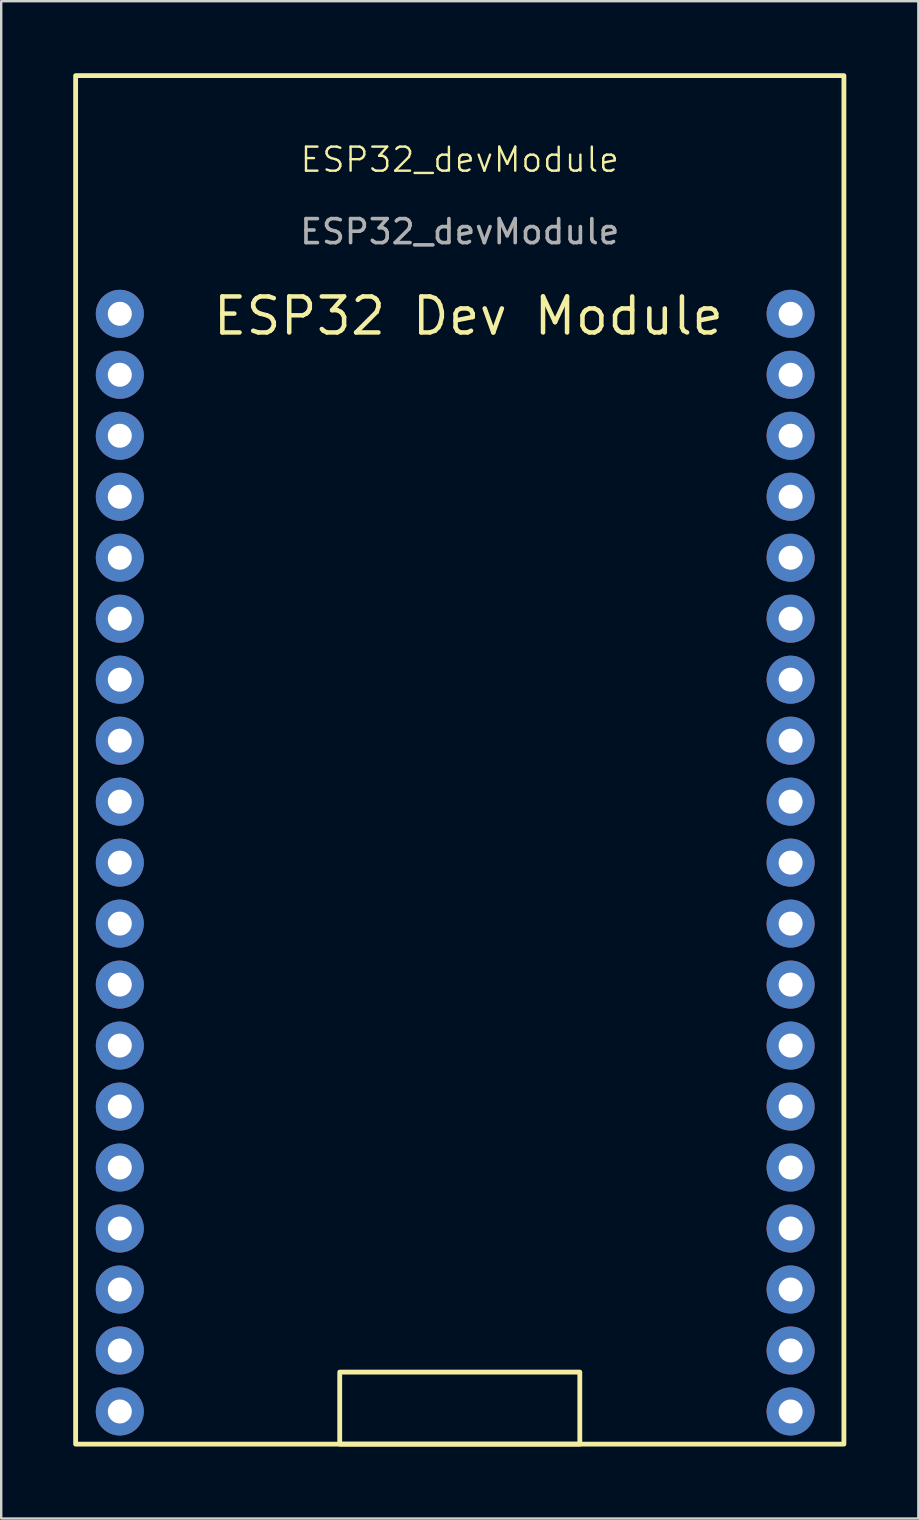
<source format=kicad_pcb>
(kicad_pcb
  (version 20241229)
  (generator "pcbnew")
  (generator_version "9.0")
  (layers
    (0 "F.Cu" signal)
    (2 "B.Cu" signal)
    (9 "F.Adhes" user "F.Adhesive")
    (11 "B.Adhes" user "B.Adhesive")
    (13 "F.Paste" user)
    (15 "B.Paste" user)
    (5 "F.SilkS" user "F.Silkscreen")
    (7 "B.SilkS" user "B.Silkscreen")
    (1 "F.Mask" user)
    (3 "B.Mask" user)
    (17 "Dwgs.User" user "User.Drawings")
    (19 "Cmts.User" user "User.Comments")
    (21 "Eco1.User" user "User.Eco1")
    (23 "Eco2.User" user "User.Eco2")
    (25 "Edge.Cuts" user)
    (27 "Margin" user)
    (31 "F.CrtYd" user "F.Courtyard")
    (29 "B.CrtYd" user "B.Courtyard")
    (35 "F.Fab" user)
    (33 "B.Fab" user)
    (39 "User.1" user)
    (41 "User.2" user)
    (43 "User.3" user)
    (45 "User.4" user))
  (footprint "ESP32_devModule"
    (layer "F.Cu")
    (at 16.18 32.88)
    (property "Reference" "ESP32_devModule" (at -0.08 -29.28 0) (unlocked yes) (layer "F.SilkS") (effects (font (size 1 1) (thickness 0.1))))
    (attr smd)
    (fp_poly (pts (xy -16.08 -32.78) (xy -16.08 24.22) (xy 15.92 24.22) (xy 15.92 -32.78)) (stroke (width 0.2) (type solid)) (fill no) (layer "F.SilkS"))
    (fp_poly (pts (xy 4.92 24.22) (xy 4.92 21.22) (xy -5.08 21.22) (xy -5.08 24.22)) (stroke (width 0.2) (type solid)) (fill no) (layer "F.SilkS"))
    (fp_text user "ESP32 Dev Module" (at -10.45 -21.89 0) (unlocked yes) (layer "F.SilkS") (effects (font (size 1.5 1.5) (thickness 0.188)) (justify left bottom)))
    (fp_text user "${REFERENCE}" (at -0.08 -26.28 0) (unlocked yes) (layer "F.Fab") (effects (font (size 1 1) (thickness 0.15))))
    (pad "1" thru_hole circle (at -14.24 -22.86) (size 2 2) (drill 1) (layers "*.Cu" "*.Mask"))
    (pad "2" thru_hole circle (at -14.24 -20.32) (size 2 2) (drill 1) (layers "*.Cu" "*.Mask"))
    (pad "3" thru_hole circle (at -14.24 -17.78) (size 2 2) (drill 1) (layers "*.Cu" "*.Mask"))
    (pad "4" thru_hole circle (at -14.24 -15.24) (size 2 2) (drill 1) (layers "*.Cu" "*.Mask"))
    (pad "5" thru_hole circle (at -14.24 -12.7) (size 2 2) (drill 1) (layers "*.Cu" "*.Mask"))
    (pad "6" thru_hole circle (at -14.24 -10.16) (size 2 2) (drill 1) (layers "*.Cu" "*.Mask"))
    (pad "7" thru_hole circle (at -14.24 -7.62) (size 2 2) (drill 1) (layers "*.Cu" "*.Mask"))
    (pad "8" thru_hole circle (at -14.24 -5.08) (size 2 2) (drill 1) (layers "*.Cu" "*.Mask"))
    (pad "9" thru_hole circle (at -14.24 -2.54) (size 2 2) (drill 1) (layers "*.Cu" "*.Mask"))
    (pad "10" thru_hole circle (at -14.24 0) (size 2 2) (drill 1) (layers "*.Cu" "*.Mask"))
    (pad "11" thru_hole circle (at -14.24 2.54) (size 2 2) (drill 1) (layers "*.Cu" "*.Mask"))
    (pad "12" thru_hole circle (at -14.24 5.08) (size 2 2) (drill 1) (layers "*.Cu" "*.Mask"))
    (pad "13" thru_hole circle (at -14.24 7.62) (size 2 2) (drill 1) (layers "*.Cu" "*.Mask"))
    (pad "14" thru_hole circle (at -14.24 10.16) (size 2 2) (drill 1) (layers "*.Cu" "*.Mask"))
    (pad "15" thru_hole circle (at -14.24 12.7) (size 2 2) (drill 1) (layers "*.Cu" "*.Mask"))
    (pad "16" thru_hole circle (at -14.24 15.24) (size 2 2) (drill 1) (layers "*.Cu" "*.Mask"))
    (pad "17" thru_hole circle (at -14.24 17.78) (size 2 2) (drill 1) (layers "*.Cu" "*.Mask"))
    (pad "18" thru_hole circle (at -14.24 20.32) (size 2 2) (drill 1) (layers "*.Cu" "*.Mask"))
    (pad "19" thru_hole circle (at -14.24 22.86) (size 2 2) (drill 1) (layers "*.Cu" "*.Mask"))
    (pad "20" thru_hole circle (at 13.7 22.86) (size 2 2) (drill 1) (layers "*.Cu" "*.Mask"))
    (pad "21" thru_hole circle (at 13.7 20.32) (size 2 2) (drill 1) (layers "*.Cu" "*.Mask"))
    (pad "22" thru_hole circle (at 13.7 17.78) (size 2 2) (drill 1) (layers "*.Cu" "*.Mask"))
    (pad "23" thru_hole circle (at 13.7 15.24) (size 2 2) (drill 1) (layers "*.Cu" "*.Mask"))
    (pad "24" thru_hole circle (at 13.7 12.7) (size 2 2) (drill 1) (layers "*.Cu" "*.Mask"))
    (pad "25" thru_hole circle (at 13.7 10.16) (size 2 2) (drill 1) (layers "*.Cu" "*.Mask"))
    (pad "26" thru_hole circle (at 13.7 7.62) (size 2 2) (drill 1) (layers "*.Cu" "*.Mask"))
    (pad "27" thru_hole circle (at 13.7 5.08) (size 2 2) (drill 1) (layers "*.Cu" "*.Mask"))
    (pad "28" thru_hole circle (at 13.7 2.54) (size 2 2) (drill 1) (layers "*.Cu" "*.Mask"))
    (pad "29" thru_hole circle (at 13.7 0) (size 2 2) (drill 1) (layers "*.Cu" "*.Mask"))
    (pad "30" thru_hole circle (at 13.7 -2.54) (size 2 2) (drill 1) (layers "*.Cu" "*.Mask"))
    (pad "31" thru_hole circle (at 13.7 -5.08) (size 2 2) (drill 1) (layers "*.Cu" "*.Mask"))
    (pad "32" thru_hole circle (at 13.7 -7.62) (size 2 2) (drill 1) (layers "*.Cu" "*.Mask"))
    (pad "33" thru_hole circle (at 13.7 -10.16) (size 2 2) (drill 1) (layers "*.Cu" "*.Mask"))
    (pad "34" thru_hole circle (at 13.7 -12.7) (size 2 2) (drill 1) (layers "*.Cu" "*.Mask"))
    (pad "35" thru_hole circle (at 13.7 -15.24) (size 2 2) (drill 1) (layers "*.Cu" "*.Mask"))
    (pad "36" thru_hole circle (at 13.7 -17.78) (size 2 2) (drill 1) (layers "*.Cu" "*.Mask"))
    (pad "37" thru_hole circle (at 13.7 -20.32) (size 2 2) (drill 1) (layers "*.Cu" "*.Mask"))
    (pad "38" thru_hole circle (at 13.7 -22.86) (size 2 2) (drill 1) (layers "*.Cu" "*.Mask")))
  (gr_rect
    (start -3 -3)
    (end 35.2 60.2)
    (stroke (width 0.1) (type default))
    (fill no)
    (layer "Edge.Cuts")))
</source>
